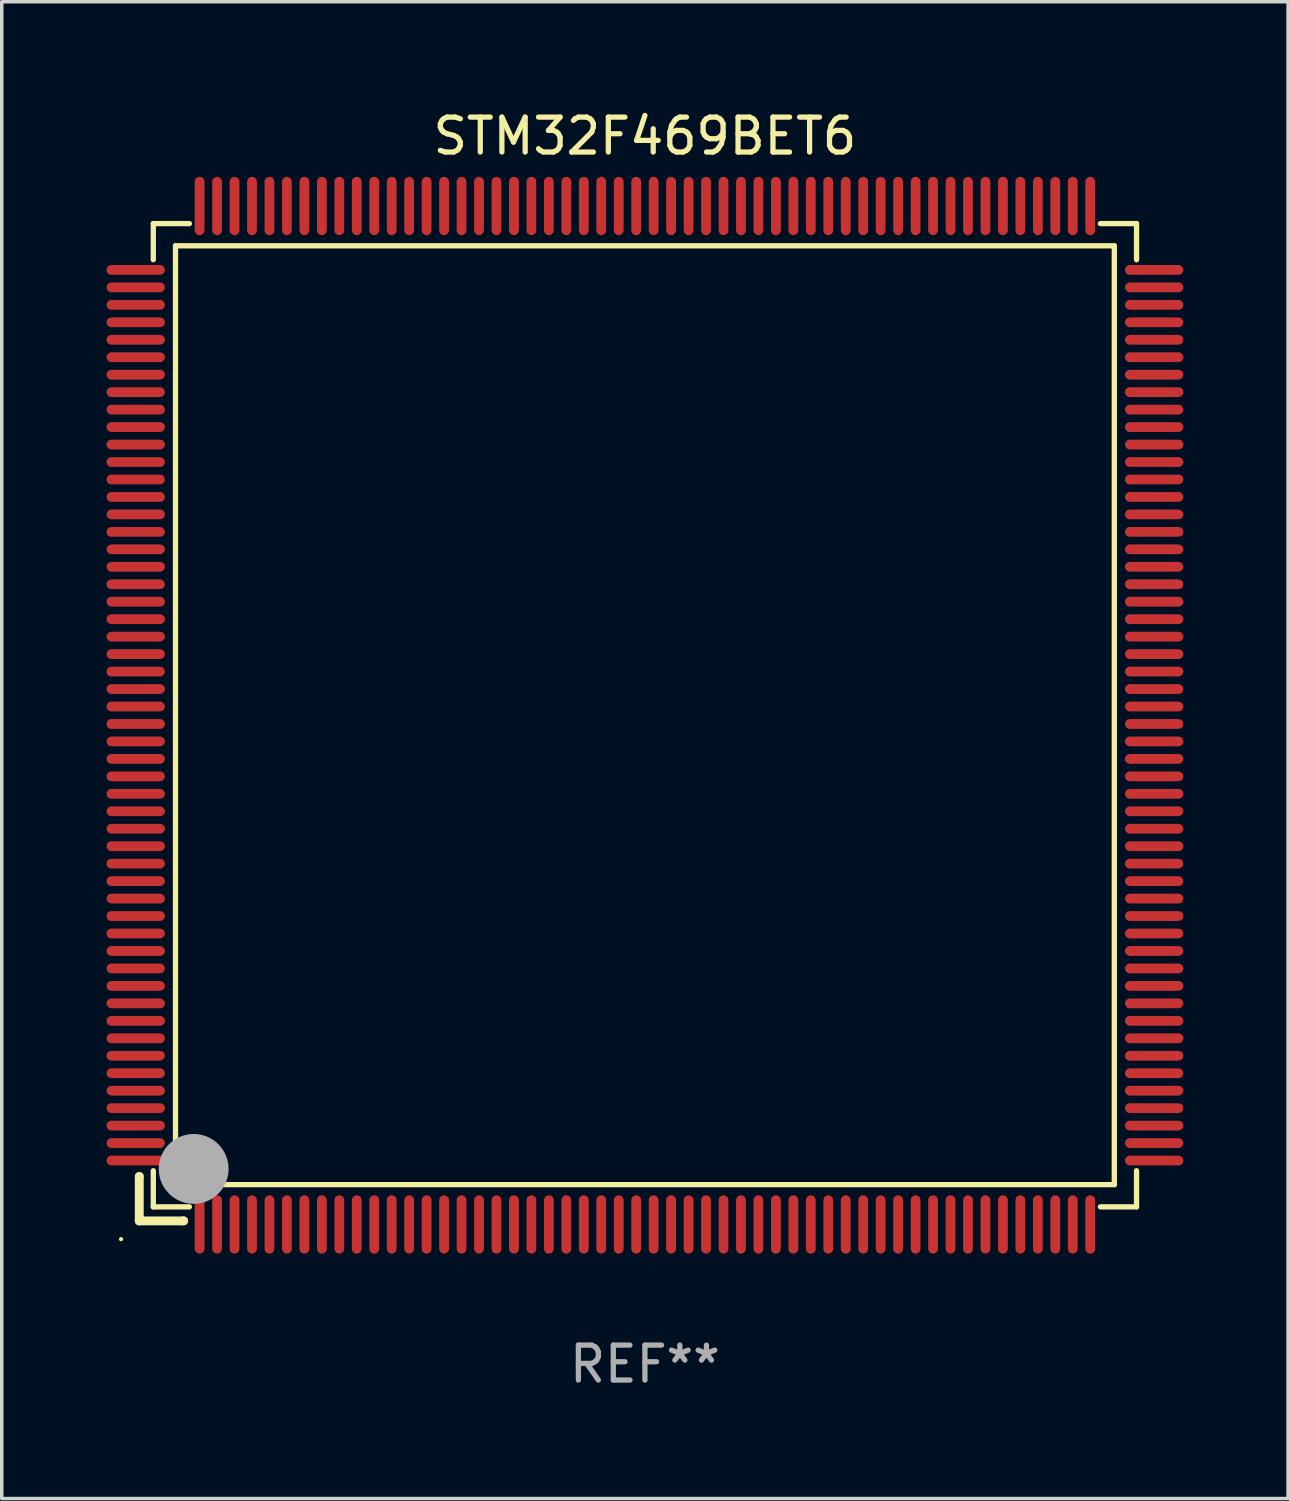
<source format=kicad_pcb>
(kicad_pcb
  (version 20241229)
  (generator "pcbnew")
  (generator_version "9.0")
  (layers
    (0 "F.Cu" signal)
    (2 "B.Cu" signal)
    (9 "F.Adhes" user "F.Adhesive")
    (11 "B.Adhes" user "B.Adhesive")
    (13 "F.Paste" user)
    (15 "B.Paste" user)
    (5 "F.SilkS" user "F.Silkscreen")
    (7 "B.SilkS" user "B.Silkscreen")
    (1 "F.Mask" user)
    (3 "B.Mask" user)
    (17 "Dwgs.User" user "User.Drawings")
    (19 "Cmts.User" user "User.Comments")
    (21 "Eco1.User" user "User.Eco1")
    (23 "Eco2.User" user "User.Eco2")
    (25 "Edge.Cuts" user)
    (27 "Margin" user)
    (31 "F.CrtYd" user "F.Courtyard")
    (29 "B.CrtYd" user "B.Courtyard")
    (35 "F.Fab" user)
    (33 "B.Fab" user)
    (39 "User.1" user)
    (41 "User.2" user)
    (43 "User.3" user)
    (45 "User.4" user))
  (footprint "STM32F469BET6"
    (layer "F.Cu")
    (at 15.415 17.428)
    (property "Reference" "STM32F469BET6" (at 0 -16.58 0) (layer "F.SilkS") (effects (font (size 1 1) (thickness 0.15))))
    (attr through_hole)
    (fp_line (start -14.478 13.208) (end -14.478 13.208) (stroke (width 0.254) (type solid)) (layer "F.SilkS"))
    (fp_line (start -14.478 13.208) (end -14.478 14.478) (stroke (width 0.254) (type solid)) (layer "F.SilkS"))
    (fp_line (start -14.478 14.478) (end -13.208 14.478) (stroke (width 0.254) (type solid)) (layer "F.SilkS"))
    (fp_line (start -14.076 -14.076) (end -14.076 -13.042) (stroke (width 0.152) (type solid)) (layer "F.SilkS"))
    (fp_line (start -14.076 14.076) (end -14.076 13.042) (stroke (width 0.152) (type solid)) (layer "F.SilkS"))
    (fp_line (start -13.44 -13.44) (end 13.44 -13.44) (stroke (width 0.152) (type solid)) (layer "F.SilkS"))
    (fp_line (start -13.44 13.44) (end -13.44 -13.44) (stroke (width 0.152) (type solid)) (layer "F.SilkS"))
    (fp_line (start -13.208 14.478) (end -13.208 14.478) (stroke (width 0.254) (type solid)) (layer "F.SilkS"))
    (fp_line (start -13.042 -14.076) (end -14.076 -14.076) (stroke (width 0.152) (type solid)) (layer "F.SilkS"))
    (fp_line (start -13.042 14.076) (end -14.076 14.076) (stroke (width 0.152) (type solid)) (layer "F.SilkS"))
    (fp_line (start 13.042 -14.076) (end 14.076 -14.076) (stroke (width 0.152) (type solid)) (layer "F.SilkS"))
    (fp_line (start 13.042 14.076) (end 14.076 14.076) (stroke (width 0.152) (type solid)) (layer "F.SilkS"))
    (fp_line (start 13.44 -13.44) (end 13.44 13.44) (stroke (width 0.152) (type solid)) (layer "F.SilkS"))
    (fp_line (start 13.44 13.44) (end -13.44 13.44) (stroke (width 0.152) (type solid)) (layer "F.SilkS"))
    (fp_line (start 14.076 -14.076) (end 14.076 -13.042) (stroke (width 0.152) (type solid)) (layer "F.SilkS"))
    (fp_line (start 14.076 14.076) (end 14.076 13.042) (stroke (width 0.152) (type solid)) (layer "F.SilkS"))
    (fp_circle (center -15 15) (end -14.97 15) (stroke (width 0.06) (type solid)) (fill no) (layer "F.SilkS"))
    (fp_circle (center -13.138 13.138) (end -13.063 13.138) (stroke (width 0.15) (type solid)) (fill no) (layer "F.SilkS"))
    (fp_circle (center -12.92 12.99) (end -12.42 12.99) (stroke (width 1) (type solid)) (fill no) (layer "F.Fab"))
    (fp_text user "REF**" (at 0 18.58 0) (layer "F.Fab") (effects (font (size 1 1) (thickness 0.15))))
    (pad "1" smd oval (at -12.75 14.58) (size 0.28 1.67) (layers "F.Cu" "F.Mask" "F.Paste"))
    (pad "2" smd oval (at -12.25 14.58) (size 0.28 1.67) (layers "F.Cu" "F.Mask" "F.Paste"))
    (pad "3" smd oval (at -11.75 14.58) (size 0.28 1.67) (layers "F.Cu" "F.Mask" "F.Paste"))
    (pad "4" smd oval (at -11.25 14.58) (size 0.28 1.67) (layers "F.Cu" "F.Mask" "F.Paste"))
    (pad "5" smd oval (at -10.75 14.58) (size 0.28 1.67) (layers "F.Cu" "F.Mask" "F.Paste"))
    (pad "6" smd oval (at -10.25 14.58) (size 0.28 1.67) (layers "F.Cu" "F.Mask" "F.Paste"))
    (pad "7" smd oval (at -9.75 14.58) (size 0.28 1.67) (layers "F.Cu" "F.Mask" "F.Paste"))
    (pad "8" smd oval (at -9.25 14.58) (size 0.28 1.67) (layers "F.Cu" "F.Mask" "F.Paste"))
    (pad "9" smd oval (at -8.75 14.58) (size 0.28 1.67) (layers "F.Cu" "F.Mask" "F.Paste"))
    (pad "10" smd oval (at -8.25 14.58) (size 0.28 1.67) (layers "F.Cu" "F.Mask" "F.Paste"))
    (pad "11" smd oval (at -7.75 14.58) (size 0.28 1.67) (layers "F.Cu" "F.Mask" "F.Paste"))
    (pad "12" smd oval (at -7.25 14.58) (size 0.28 1.67) (layers "F.Cu" "F.Mask" "F.Paste"))
    (pad "13" smd oval (at -6.75 14.58) (size 0.28 1.67) (layers "F.Cu" "F.Mask" "F.Paste"))
    (pad "14" smd oval (at -6.25 14.58) (size 0.28 1.67) (layers "F.Cu" "F.Mask" "F.Paste"))
    (pad "15" smd oval (at -5.75 14.58) (size 0.28 1.67) (layers "F.Cu" "F.Mask" "F.Paste"))
    (pad "16" smd oval (at -5.25 14.58) (size 0.28 1.67) (layers "F.Cu" "F.Mask" "F.Paste"))
    (pad "17" smd oval (at -4.75 14.58) (size 0.28 1.67) (layers "F.Cu" "F.Mask" "F.Paste"))
    (pad "18" smd oval (at -4.25 14.58) (size 0.28 1.67) (layers "F.Cu" "F.Mask" "F.Paste"))
    (pad "19" smd oval (at -3.75 14.58) (size 0.28 1.67) (layers "F.Cu" "F.Mask" "F.Paste"))
    (pad "20" smd oval (at -3.25 14.58) (size 0.28 1.67) (layers "F.Cu" "F.Mask" "F.Paste"))
    (pad "21" smd oval (at -2.75 14.58) (size 0.28 1.67) (layers "F.Cu" "F.Mask" "F.Paste"))
    (pad "22" smd oval (at -2.25 14.58) (size 0.28 1.67) (layers "F.Cu" "F.Mask" "F.Paste"))
    (pad "23" smd oval (at -1.75 14.58) (size 0.28 1.67) (layers "F.Cu" "F.Mask" "F.Paste"))
    (pad "24" smd oval (at -1.25 14.58) (size 0.28 1.67) (layers "F.Cu" "F.Mask" "F.Paste"))
    (pad "25" smd oval (at -0.75 14.58) (size 0.28 1.67) (layers "F.Cu" "F.Mask" "F.Paste"))
    (pad "26" smd oval (at -0.25 14.58) (size 0.28 1.67) (layers "F.Cu" "F.Mask" "F.Paste"))
    (pad "27" smd oval (at 0.25 14.58) (size 0.28 1.67) (layers "F.Cu" "F.Mask" "F.Paste"))
    (pad "28" smd oval (at 0.75 14.58) (size 0.28 1.67) (layers "F.Cu" "F.Mask" "F.Paste"))
    (pad "29" smd oval (at 1.25 14.58) (size 0.28 1.67) (layers "F.Cu" "F.Mask" "F.Paste"))
    (pad "30" smd oval (at 1.75 14.58) (size 0.28 1.67) (layers "F.Cu" "F.Mask" "F.Paste"))
    (pad "31" smd oval (at 2.25 14.58) (size 0.28 1.67) (layers "F.Cu" "F.Mask" "F.Paste"))
    (pad "32" smd oval (at 2.75 14.58) (size 0.28 1.67) (layers "F.Cu" "F.Mask" "F.Paste"))
    (pad "33" smd oval (at 3.25 14.58) (size 0.28 1.67) (layers "F.Cu" "F.Mask" "F.Paste"))
    (pad "34" smd oval (at 3.75 14.58) (size 0.28 1.67) (layers "F.Cu" "F.Mask" "F.Paste"))
    (pad "35" smd oval (at 4.25 14.58) (size 0.28 1.67) (layers "F.Cu" "F.Mask" "F.Paste"))
    (pad "36" smd oval (at 4.75 14.58) (size 0.28 1.67) (layers "F.Cu" "F.Mask" "F.Paste"))
    (pad "37" smd oval (at 5.25 14.58) (size 0.28 1.67) (layers "F.Cu" "F.Mask" "F.Paste"))
    (pad "38" smd oval (at 5.75 14.58) (size 0.28 1.67) (layers "F.Cu" "F.Mask" "F.Paste"))
    (pad "39" smd oval (at 6.25 14.58) (size 0.28 1.67) (layers "F.Cu" "F.Mask" "F.Paste"))
    (pad "40" smd oval (at 6.75 14.58) (size 0.28 1.67) (layers "F.Cu" "F.Mask" "F.Paste"))
    (pad "41" smd oval (at 7.25 14.58) (size 0.28 1.67) (layers "F.Cu" "F.Mask" "F.Paste"))
    (pad "42" smd oval (at 7.75 14.58) (size 0.28 1.67) (layers "F.Cu" "F.Mask" "F.Paste"))
    (pad "43" smd oval (at 8.25 14.58) (size 0.28 1.67) (layers "F.Cu" "F.Mask" "F.Paste"))
    (pad "44" smd oval (at 8.75 14.58) (size 0.28 1.67) (layers "F.Cu" "F.Mask" "F.Paste"))
    (pad "45" smd oval (at 9.25 14.58) (size 0.28 1.67) (layers "F.Cu" "F.Mask" "F.Paste"))
    (pad "46" smd oval (at 9.75 14.58) (size 0.28 1.67) (layers "F.Cu" "F.Mask" "F.Paste"))
    (pad "47" smd oval (at 10.25 14.58) (size 0.28 1.67) (layers "F.Cu" "F.Mask" "F.Paste"))
    (pad "48" smd oval (at 10.75 14.58) (size 0.28 1.67) (layers "F.Cu" "F.Mask" "F.Paste"))
    (pad "49" smd oval (at 11.25 14.58) (size 0.28 1.67) (layers "F.Cu" "F.Mask" "F.Paste"))
    (pad "50" smd oval (at 11.75 14.58) (size 0.28 1.67) (layers "F.Cu" "F.Mask" "F.Paste"))
    (pad "51" smd oval (at 12.25 14.58) (size 0.28 1.67) (layers "F.Cu" "F.Mask" "F.Paste"))
    (pad "52" smd oval (at 12.75 14.58) (size 0.28 1.67) (layers "F.Cu" "F.Mask" "F.Paste"))
    (pad "53" smd oval (at 14.58 12.75) (size 1.67 0.28) (layers "F.Cu" "F.Mask" "F.Paste"))
    (pad "54" smd oval (at 14.58 12.25) (size 1.67 0.28) (layers "F.Cu" "F.Mask" "F.Paste"))
    (pad "55" smd oval (at 14.58 11.75) (size 1.67 0.28) (layers "F.Cu" "F.Mask" "F.Paste"))
    (pad "56" smd oval (at 14.58 11.25) (size 1.67 0.28) (layers "F.Cu" "F.Mask" "F.Paste"))
    (pad "57" smd oval (at 14.58 10.75) (size 1.67 0.28) (layers "F.Cu" "F.Mask" "F.Paste"))
    (pad "58" smd oval (at 14.58 10.25) (size 1.67 0.28) (layers "F.Cu" "F.Mask" "F.Paste"))
    (pad "59" smd oval (at 14.58 9.75) (size 1.67 0.28) (layers "F.Cu" "F.Mask" "F.Paste"))
    (pad "60" smd oval (at 14.58 9.25) (size 1.67 0.28) (layers "F.Cu" "F.Mask" "F.Paste"))
    (pad "61" smd oval (at 14.58 8.75) (size 1.67 0.28) (layers "F.Cu" "F.Mask" "F.Paste"))
    (pad "62" smd oval (at 14.58 8.25) (size 1.67 0.28) (layers "F.Cu" "F.Mask" "F.Paste"))
    (pad "63" smd oval (at 14.58 7.75) (size 1.67 0.28) (layers "F.Cu" "F.Mask" "F.Paste"))
    (pad "64" smd oval (at 14.58 7.25) (size 1.67 0.28) (layers "F.Cu" "F.Mask" "F.Paste"))
    (pad "65" smd oval (at 14.58 6.75) (size 1.67 0.28) (layers "F.Cu" "F.Mask" "F.Paste"))
    (pad "66" smd oval (at 14.58 6.25) (size 1.67 0.28) (layers "F.Cu" "F.Mask" "F.Paste"))
    (pad "67" smd oval (at 14.58 5.75) (size 1.67 0.28) (layers "F.Cu" "F.Mask" "F.Paste"))
    (pad "68" smd oval (at 14.58 5.25) (size 1.67 0.28) (layers "F.Cu" "F.Mask" "F.Paste"))
    (pad "69" smd oval (at 14.58 4.75) (size 1.67 0.28) (layers "F.Cu" "F.Mask" "F.Paste"))
    (pad "70" smd oval (at 14.58 4.25) (size 1.67 0.28) (layers "F.Cu" "F.Mask" "F.Paste"))
    (pad "71" smd oval (at 14.58 3.75) (size 1.67 0.28) (layers "F.Cu" "F.Mask" "F.Paste"))
    (pad "72" smd oval (at 14.58 3.25) (size 1.67 0.28) (layers "F.Cu" "F.Mask" "F.Paste"))
    (pad "73" smd oval (at 14.58 2.75) (size 1.67 0.28) (layers "F.Cu" "F.Mask" "F.Paste"))
    (pad "74" smd oval (at 14.58 2.25) (size 1.67 0.28) (layers "F.Cu" "F.Mask" "F.Paste"))
    (pad "75" smd oval (at 14.58 1.75) (size 1.67 0.28) (layers "F.Cu" "F.Mask" "F.Paste"))
    (pad "76" smd oval (at 14.58 1.25) (size 1.67 0.28) (layers "F.Cu" "F.Mask" "F.Paste"))
    (pad "77" smd oval (at 14.58 0.75) (size 1.67 0.28) (layers "F.Cu" "F.Mask" "F.Paste"))
    (pad "78" smd oval (at 14.58 0.25) (size 1.67 0.28) (layers "F.Cu" "F.Mask" "F.Paste"))
    (pad "79" smd oval (at 14.58 -0.25) (size 1.67 0.28) (layers "F.Cu" "F.Mask" "F.Paste"))
    (pad "80" smd oval (at 14.58 -0.75) (size 1.67 0.28) (layers "F.Cu" "F.Mask" "F.Paste"))
    (pad "81" smd oval (at 14.58 -1.25) (size 1.67 0.28) (layers "F.Cu" "F.Mask" "F.Paste"))
    (pad "82" smd oval (at 14.58 -1.75) (size 1.67 0.28) (layers "F.Cu" "F.Mask" "F.Paste"))
    (pad "83" smd oval (at 14.58 -2.25) (size 1.67 0.28) (layers "F.Cu" "F.Mask" "F.Paste"))
    (pad "84" smd oval (at 14.58 -2.75) (size 1.67 0.28) (layers "F.Cu" "F.Mask" "F.Paste"))
    (pad "85" smd oval (at 14.58 -3.25) (size 1.67 0.28) (layers "F.Cu" "F.Mask" "F.Paste"))
    (pad "86" smd oval (at 14.58 -3.75) (size 1.67 0.28) (layers "F.Cu" "F.Mask" "F.Paste"))
    (pad "87" smd oval (at 14.58 -4.25) (size 1.67 0.28) (layers "F.Cu" "F.Mask" "F.Paste"))
    (pad "88" smd oval (at 14.58 -4.75) (size 1.67 0.28) (layers "F.Cu" "F.Mask" "F.Paste"))
    (pad "89" smd oval (at 14.58 -5.25) (size 1.67 0.28) (layers "F.Cu" "F.Mask" "F.Paste"))
    (pad "90" smd oval (at 14.58 -5.75) (size 1.67 0.28) (layers "F.Cu" "F.Mask" "F.Paste"))
    (pad "91" smd oval (at 14.58 -6.25) (size 1.67 0.28) (layers "F.Cu" "F.Mask" "F.Paste"))
    (pad "92" smd oval (at 14.58 -6.75) (size 1.67 0.28) (layers "F.Cu" "F.Mask" "F.Paste"))
    (pad "93" smd oval (at 14.58 -7.25) (size 1.67 0.28) (layers "F.Cu" "F.Mask" "F.Paste"))
    (pad "94" smd oval (at 14.58 -7.75) (size 1.67 0.28) (layers "F.Cu" "F.Mask" "F.Paste"))
    (pad "95" smd oval (at 14.58 -8.25) (size 1.67 0.28) (layers "F.Cu" "F.Mask" "F.Paste"))
    (pad "96" smd oval (at 14.58 -8.75) (size 1.67 0.28) (layers "F.Cu" "F.Mask" "F.Paste"))
    (pad "97" smd oval (at 14.58 -9.25) (size 1.67 0.28) (layers "F.Cu" "F.Mask" "F.Paste"))
    (pad "98" smd oval (at 14.58 -9.75) (size 1.67 0.28) (layers "F.Cu" "F.Mask" "F.Paste"))
    (pad "99" smd oval (at 14.58 -10.25) (size 1.67 0.28) (layers "F.Cu" "F.Mask" "F.Paste"))
    (pad "100" smd oval (at 14.58 -10.75) (size 1.67 0.28) (layers "F.Cu" "F.Mask" "F.Paste"))
    (pad "101" smd oval (at 14.58 -11.25) (size 1.67 0.28) (layers "F.Cu" "F.Mask" "F.Paste"))
    (pad "102" smd oval (at 14.58 -11.75) (size 1.67 0.28) (layers "F.Cu" "F.Mask" "F.Paste"))
    (pad "103" smd oval (at 14.58 -12.25) (size 1.67 0.28) (layers "F.Cu" "F.Mask" "F.Paste"))
    (pad "104" smd oval (at 14.58 -12.75) (size 1.67 0.28) (layers "F.Cu" "F.Mask" "F.Paste"))
    (pad "105" smd oval (at 12.75 -14.58) (size 0.28 1.67) (layers "F.Cu" "F.Mask" "F.Paste"))
    (pad "106" smd oval (at 12.25 -14.58) (size 0.28 1.67) (layers "F.Cu" "F.Mask" "F.Paste"))
    (pad "107" smd oval (at 11.75 -14.58) (size 0.28 1.67) (layers "F.Cu" "F.Mask" "F.Paste"))
    (pad "108" smd oval (at 11.25 -14.58) (size 0.28 1.67) (layers "F.Cu" "F.Mask" "F.Paste"))
    (pad "109" smd oval (at 10.75 -14.58) (size 0.28 1.67) (layers "F.Cu" "F.Mask" "F.Paste"))
    (pad "110" smd oval (at 10.25 -14.58) (size 0.28 1.67) (layers "F.Cu" "F.Mask" "F.Paste"))
    (pad "111" smd oval (at 9.75 -14.58) (size 0.28 1.67) (layers "F.Cu" "F.Mask" "F.Paste"))
    (pad "112" smd oval (at 9.25 -14.58) (size 0.28 1.67) (layers "F.Cu" "F.Mask" "F.Paste"))
    (pad "113" smd oval (at 8.75 -14.58) (size 0.28 1.67) (layers "F.Cu" "F.Mask" "F.Paste"))
    (pad "114" smd oval (at 8.25 -14.58) (size 0.28 1.67) (layers "F.Cu" "F.Mask" "F.Paste"))
    (pad "115" smd oval (at 7.75 -14.58) (size 0.28 1.67) (layers "F.Cu" "F.Mask" "F.Paste"))
    (pad "116" smd oval (at 7.25 -14.58) (size 0.28 1.67) (layers "F.Cu" "F.Mask" "F.Paste"))
    (pad "117" smd oval (at 6.75 -14.58) (size 0.28 1.67) (layers "F.Cu" "F.Mask" "F.Paste"))
    (pad "118" smd oval (at 6.25 -14.58) (size 0.28 1.67) (layers "F.Cu" "F.Mask" "F.Paste"))
    (pad "119" smd oval (at 5.75 -14.58) (size 0.28 1.67) (layers "F.Cu" "F.Mask" "F.Paste"))
    (pad "120" smd oval (at 5.25 -14.58) (size 0.28 1.67) (layers "F.Cu" "F.Mask" "F.Paste"))
    (pad "121" smd oval (at 4.75 -14.58) (size 0.28 1.67) (layers "F.Cu" "F.Mask" "F.Paste"))
    (pad "122" smd oval (at 4.25 -14.58) (size 0.28 1.67) (layers "F.Cu" "F.Mask" "F.Paste"))
    (pad "123" smd oval (at 3.75 -14.58) (size 0.28 1.67) (layers "F.Cu" "F.Mask" "F.Paste"))
    (pad "124" smd oval (at 3.25 -14.58) (size 0.28 1.67) (layers "F.Cu" "F.Mask" "F.Paste"))
    (pad "125" smd oval (at 2.75 -14.58) (size 0.28 1.67) (layers "F.Cu" "F.Mask" "F.Paste"))
    (pad "126" smd oval (at 2.25 -14.58) (size 0.28 1.67) (layers "F.Cu" "F.Mask" "F.Paste"))
    (pad "127" smd oval (at 1.75 -14.58) (size 0.28 1.67) (layers "F.Cu" "F.Mask" "F.Paste"))
    (pad "128" smd oval (at 1.25 -14.58) (size 0.28 1.67) (layers "F.Cu" "F.Mask" "F.Paste"))
    (pad "129" smd oval (at 0.75 -14.58) (size 0.28 1.67) (layers "F.Cu" "F.Mask" "F.Paste"))
    (pad "130" smd oval (at 0.25 -14.58) (size 0.28 1.67) (layers "F.Cu" "F.Mask" "F.Paste"))
    (pad "131" smd oval (at -0.25 -14.58) (size 0.28 1.67) (layers "F.Cu" "F.Mask" "F.Paste"))
    (pad "132" smd oval (at -0.75 -14.58) (size 0.28 1.67) (layers "F.Cu" "F.Mask" "F.Paste"))
    (pad "133" smd oval (at -1.25 -14.58) (size 0.28 1.67) (layers "F.Cu" "F.Mask" "F.Paste"))
    (pad "134" smd oval (at -1.75 -14.58) (size 0.28 1.67) (layers "F.Cu" "F.Mask" "F.Paste"))
    (pad "135" smd oval (at -2.25 -14.58) (size 0.28 1.67) (layers "F.Cu" "F.Mask" "F.Paste"))
    (pad "136" smd oval (at -2.75 -14.58) (size 0.28 1.67) (layers "F.Cu" "F.Mask" "F.Paste"))
    (pad "137" smd oval (at -3.25 -14.58) (size 0.28 1.67) (layers "F.Cu" "F.Mask" "F.Paste"))
    (pad "138" smd oval (at -3.75 -14.58) (size 0.28 1.67) (layers "F.Cu" "F.Mask" "F.Paste"))
    (pad "139" smd oval (at -4.25 -14.58) (size 0.28 1.67) (layers "F.Cu" "F.Mask" "F.Paste"))
    (pad "140" smd oval (at -4.75 -14.58) (size 0.28 1.67) (layers "F.Cu" "F.Mask" "F.Paste"))
    (pad "141" smd oval (at -5.25 -14.58) (size 0.28 1.67) (layers "F.Cu" "F.Mask" "F.Paste"))
    (pad "142" smd oval (at -5.75 -14.58) (size 0.28 1.67) (layers "F.Cu" "F.Mask" "F.Paste"))
    (pad "143" smd oval (at -6.25 -14.58) (size 0.28 1.67) (layers "F.Cu" "F.Mask" "F.Paste"))
    (pad "144" smd oval (at -6.75 -14.58) (size 0.28 1.67) (layers "F.Cu" "F.Mask" "F.Paste"))
    (pad "145" smd oval (at -7.25 -14.58) (size 0.28 1.67) (layers "F.Cu" "F.Mask" "F.Paste"))
    (pad "146" smd oval (at -7.75 -14.58) (size 0.28 1.67) (layers "F.Cu" "F.Mask" "F.Paste"))
    (pad "147" smd oval (at -8.25 -14.58) (size 0.28 1.67) (layers "F.Cu" "F.Mask" "F.Paste"))
    (pad "148" smd oval (at -8.75 -14.58) (size 0.28 1.67) (layers "F.Cu" "F.Mask" "F.Paste"))
    (pad "149" smd oval (at -9.25 -14.58) (size 0.28 1.67) (layers "F.Cu" "F.Mask" "F.Paste"))
    (pad "150" smd oval (at -9.75 -14.58) (size 0.28 1.67) (layers "F.Cu" "F.Mask" "F.Paste"))
    (pad "151" smd oval (at -10.25 -14.58) (size 0.28 1.67) (layers "F.Cu" "F.Mask" "F.Paste"))
    (pad "152" smd oval (at -10.75 -14.58) (size 0.28 1.67) (layers "F.Cu" "F.Mask" "F.Paste"))
    (pad "153" smd oval (at -11.25 -14.58) (size 0.28 1.67) (layers "F.Cu" "F.Mask" "F.Paste"))
    (pad "154" smd oval (at -11.75 -14.58) (size 0.28 1.67) (layers "F.Cu" "F.Mask" "F.Paste"))
    (pad "155" smd oval (at -12.25 -14.58) (size 0.28 1.67) (layers "F.Cu" "F.Mask" "F.Paste"))
    (pad "156" smd oval (at -12.75 -14.58) (size 0.28 1.67) (layers "F.Cu" "F.Mask" "F.Paste"))
    (pad "157" smd oval (at -14.58 -12.75) (size 1.67 0.28) (layers "F.Cu" "F.Mask" "F.Paste"))
    (pad "158" smd oval (at -14.58 -12.25) (size 1.67 0.28) (layers "F.Cu" "F.Mask" "F.Paste"))
    (pad "159" smd oval (at -14.58 -11.75) (size 1.67 0.28) (layers "F.Cu" "F.Mask" "F.Paste"))
    (pad "160" smd oval (at -14.58 -11.25) (size 1.67 0.28) (layers "F.Cu" "F.Mask" "F.Paste"))
    (pad "161" smd oval (at -14.58 -10.75) (size 1.67 0.28) (layers "F.Cu" "F.Mask" "F.Paste"))
    (pad "162" smd oval (at -14.58 -10.25) (size 1.67 0.28) (layers "F.Cu" "F.Mask" "F.Paste"))
    (pad "163" smd oval (at -14.58 -9.75) (size 1.67 0.28) (layers "F.Cu" "F.Mask" "F.Paste"))
    (pad "164" smd oval (at -14.58 -9.25) (size 1.67 0.28) (layers "F.Cu" "F.Mask" "F.Paste"))
    (pad "165" smd oval (at -14.58 -8.75) (size 1.67 0.28) (layers "F.Cu" "F.Mask" "F.Paste"))
    (pad "166" smd oval (at -14.58 -8.25) (size 1.67 0.28) (layers "F.Cu" "F.Mask" "F.Paste"))
    (pad "167" smd oval (at -14.58 -7.75) (size 1.67 0.28) (layers "F.Cu" "F.Mask" "F.Paste"))
    (pad "168" smd oval (at -14.58 -7.25) (size 1.67 0.28) (layers "F.Cu" "F.Mask" "F.Paste"))
    (pad "169" smd oval (at -14.58 -6.75) (size 1.67 0.28) (layers "F.Cu" "F.Mask" "F.Paste"))
    (pad "170" smd oval (at -14.58 -6.25) (size 1.67 0.28) (layers "F.Cu" "F.Mask" "F.Paste"))
    (pad "171" smd oval (at -14.58 -5.75) (size 1.67 0.28) (layers "F.Cu" "F.Mask" "F.Paste"))
    (pad "172" smd oval (at -14.58 -5.25) (size 1.67 0.28) (layers "F.Cu" "F.Mask" "F.Paste"))
    (pad "173" smd oval (at -14.58 -4.75) (size 1.67 0.28) (layers "F.Cu" "F.Mask" "F.Paste"))
    (pad "174" smd oval (at -14.58 -4.25) (size 1.67 0.28) (layers "F.Cu" "F.Mask" "F.Paste"))
    (pad "175" smd oval (at -14.58 -3.75) (size 1.67 0.28) (layers "F.Cu" "F.Mask" "F.Paste"))
    (pad "176" smd oval (at -14.58 -3.25) (size 1.67 0.28) (layers "F.Cu" "F.Mask" "F.Paste"))
    (pad "177" smd oval (at -14.58 -2.75) (size 1.67 0.28) (layers "F.Cu" "F.Mask" "F.Paste"))
    (pad "178" smd oval (at -14.58 -2.25) (size 1.67 0.28) (layers "F.Cu" "F.Mask" "F.Paste"))
    (pad "179" smd oval (at -14.58 -1.75) (size 1.67 0.28) (layers "F.Cu" "F.Mask" "F.Paste"))
    (pad "180" smd oval (at -14.58 -1.25) (size 1.67 0.28) (layers "F.Cu" "F.Mask" "F.Paste"))
    (pad "181" smd oval (at -14.58 -0.75) (size 1.67 0.28) (layers "F.Cu" "F.Mask" "F.Paste"))
    (pad "182" smd oval (at -14.58 -0.25) (size 1.67 0.28) (layers "F.Cu" "F.Mask" "F.Paste"))
    (pad "183" smd oval (at -14.58 0.25) (size 1.67 0.28) (layers "F.Cu" "F.Mask" "F.Paste"))
    (pad "184" smd oval (at -14.58 0.75) (size 1.67 0.28) (layers "F.Cu" "F.Mask" "F.Paste"))
    (pad "185" smd oval (at -14.58 1.25) (size 1.67 0.28) (layers "F.Cu" "F.Mask" "F.Paste"))
    (pad "186" smd oval (at -14.58 1.75) (size 1.67 0.28) (layers "F.Cu" "F.Mask" "F.Paste"))
    (pad "187" smd oval (at -14.58 2.25) (size 1.67 0.28) (layers "F.Cu" "F.Mask" "F.Paste"))
    (pad "188" smd oval (at -14.58 2.75) (size 1.67 0.28) (layers "F.Cu" "F.Mask" "F.Paste"))
    (pad "189" smd oval (at -14.58 3.25) (size 1.67 0.28) (layers "F.Cu" "F.Mask" "F.Paste"))
    (pad "190" smd oval (at -14.58 3.75) (size 1.67 0.28) (layers "F.Cu" "F.Mask" "F.Paste"))
    (pad "191" smd oval (at -14.58 4.25) (size 1.67 0.28) (layers "F.Cu" "F.Mask" "F.Paste"))
    (pad "192" smd oval (at -14.58 4.75) (size 1.67 0.28) (layers "F.Cu" "F.Mask" "F.Paste"))
    (pad "193" smd oval (at -14.58 5.25) (size 1.67 0.28) (layers "F.Cu" "F.Mask" "F.Paste"))
    (pad "194" smd oval (at -14.58 5.75) (size 1.67 0.28) (layers "F.Cu" "F.Mask" "F.Paste"))
    (pad "195" smd oval (at -14.58 6.25) (size 1.67 0.28) (layers "F.Cu" "F.Mask" "F.Paste"))
    (pad "196" smd oval (at -14.58 6.75) (size 1.67 0.28) (layers "F.Cu" "F.Mask" "F.Paste"))
    (pad "197" smd oval (at -14.58 7.25) (size 1.67 0.28) (layers "F.Cu" "F.Mask" "F.Paste"))
    (pad "198" smd oval (at -14.58 7.75) (size 1.67 0.28) (layers "F.Cu" "F.Mask" "F.Paste"))
    (pad "199" smd oval (at -14.58 8.25) (size 1.67 0.28) (layers "F.Cu" "F.Mask" "F.Paste"))
    (pad "200" smd oval (at -14.58 8.75) (size 1.67 0.28) (layers "F.Cu" "F.Mask" "F.Paste"))
    (pad "201" smd oval (at -14.58 9.25) (size 1.67 0.28) (layers "F.Cu" "F.Mask" "F.Paste"))
    (pad "202" smd oval (at -14.58 9.75) (size 1.67 0.28) (layers "F.Cu" "F.Mask" "F.Paste"))
    (pad "203" smd oval (at -14.58 10.25) (size 1.67 0.28) (layers "F.Cu" "F.Mask" "F.Paste"))
    (pad "204" smd oval (at -14.58 10.75) (size 1.67 0.28) (layers "F.Cu" "F.Mask" "F.Paste"))
    (pad "205" smd oval (at -14.58 11.25) (size 1.67 0.28) (layers "F.Cu" "F.Mask" "F.Paste"))
    (pad "206" smd oval (at -14.58 11.75) (size 1.67 0.28) (layers "F.Cu" "F.Mask" "F.Paste"))
    (pad "207" smd oval (at -14.58 12.25) (size 1.67 0.28) (layers "F.Cu" "F.Mask" "F.Paste"))
    (pad "208" smd oval (at -14.58 12.75) (size 1.67 0.28) (layers "F.Cu" "F.Mask" "F.Paste")))
  (gr_rect
    (start -3 -3)
    (end 33.83 39.856)
    (stroke (width 0.1) (type default))
    (fill no)
    (layer "Edge.Cuts")))
</source>
